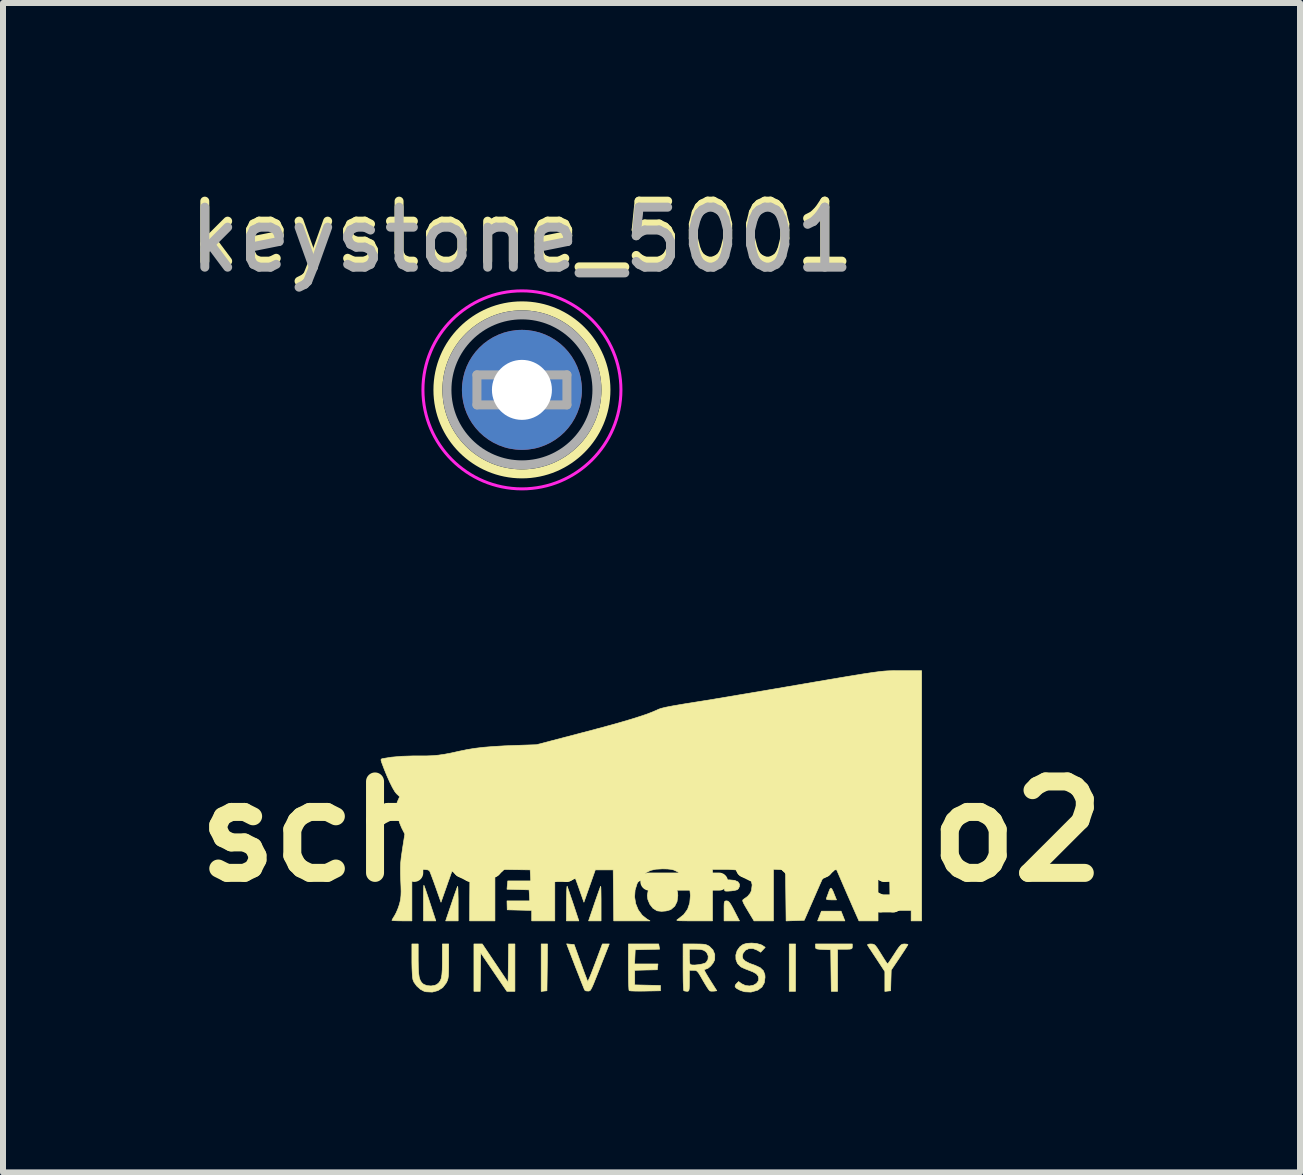
<source format=kicad_pcb>
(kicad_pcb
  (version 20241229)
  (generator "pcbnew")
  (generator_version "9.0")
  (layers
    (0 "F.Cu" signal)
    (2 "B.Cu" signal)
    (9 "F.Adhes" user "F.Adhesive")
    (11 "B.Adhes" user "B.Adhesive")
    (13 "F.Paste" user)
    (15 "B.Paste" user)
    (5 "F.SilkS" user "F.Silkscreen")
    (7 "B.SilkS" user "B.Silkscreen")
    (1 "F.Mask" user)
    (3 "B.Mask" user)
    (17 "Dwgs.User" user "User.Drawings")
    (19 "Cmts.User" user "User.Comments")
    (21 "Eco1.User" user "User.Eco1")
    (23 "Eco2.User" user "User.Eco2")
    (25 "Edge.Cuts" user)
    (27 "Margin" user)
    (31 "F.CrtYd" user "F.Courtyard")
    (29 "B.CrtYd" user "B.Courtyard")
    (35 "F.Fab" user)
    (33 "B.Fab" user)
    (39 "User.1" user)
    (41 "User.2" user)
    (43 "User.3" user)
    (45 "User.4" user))
  (footprint "keystone_5001"
    (layer "F.Cu")
    (at 5.649 3.448)
    (property "Reference" "keystone_5001" (at 0 -2.6 0) (layer "F.SilkS") (effects (font (size 1 1) (thickness 0.15))))
    (attr through_hole)
    (fp_circle (center 0 0) (end 1.4 0) (stroke (width 0.15) (type solid)) (fill no) (layer "F.SilkS"))
    (fp_circle (center 0 0) (end 1.65 0) (stroke (width 0.05) (type solid)) (fill no) (layer "F.CrtYd"))
    (fp_line (start -0.75 -0.25) (end 0.75 -0.25) (stroke (width 0.15) (type solid)) (layer "F.Fab"))
    (fp_line (start -0.75 0.25) (end -0.75 -0.25) (stroke (width 0.15) (type solid)) (layer "F.Fab"))
    (fp_line (start 0.75 -0.25) (end 0.75 0.25) (stroke (width 0.15) (type solid)) (layer "F.Fab"))
    (fp_line (start 0.75 0.25) (end -0.75 0.25) (stroke (width 0.15) (type solid)) (layer "F.Fab"))
    (fp_circle (center 0 0) (end 1.25 0) (stroke (width 0.15) (type solid)) (fill no) (layer "F.Fab"))
    (fp_text user "${REFERENCE}" (at 0 -2.5 0) (layer "F.Fab") (effects (font (size 1 1) (thickness 0.15))))
    (pad "1" thru_hole circle (at 0 0) (size 2 2) (drill 1) (layers "*.Cu" "*.Mask")))
  (footprint "school_logo2"
    (layer "F.Cu")
    (at 7.809 10.809)
    (property "Reference" "school_logo2" (at 0 0 0) (layer "F.SilkS") (effects (font (size 1.524 1.524) (thickness 0.3))))
    (attr through_hole)
    (fp_poly (pts (xy 2.4 2.663) (xy 2.295 2.663) (xy 2.295 1.874) (xy 2.4 1.874) (xy 2.4 2.663)) (stroke (width 0.01) (type solid)) (fill yes) (layer "F.SilkS"))
    (fp_poly (pts (xy -1.738 2.264) (xy -1.743 2.654) (xy -1.791 2.659) (xy -1.839 2.665) (xy -1.839 1.874) (xy -1.734 1.874) (xy -1.738 2.264)) (stroke (width 0.01) (type solid)) (fill yes) (layer "F.SilkS"))
    (fp_poly (pts (xy 3.191 1.408) (xy 3.223 1.489) (xy 2.768 1.489) (xy 2.8 1.408) (xy 2.832 1.327) (xy 3.159 1.327) (xy 3.191 1.408)) (stroke (width 0.01) (type solid)) (fill yes) (layer "F.SilkS"))
    (fp_poly (pts (xy -3.787 0.913) (xy -3.77 0.959) (xy -3.747 1.027) (xy -3.718 1.113) (xy -3.691 1.196) (xy -3.595 1.489) (xy -3.801 1.489) (xy -3.801 1.188) (xy -3.801 1.091) (xy -3.8 1.007) (xy -3.798 0.943) (xy -3.796 0.904) (xy -3.794 0.895) (xy -3.787 0.913)) (stroke (width 0.01) (type solid)) (fill yes) (layer "F.SilkS"))
    (fp_poly (pts (xy -3.229 0.927) (xy -3.226 0.97) (xy -3.225 1.038) (xy -3.223 1.123) (xy -3.223 1.197) (xy -3.223 1.489) (xy -3.431 1.489) (xy -3.335 1.205) (xy -3.304 1.112) (xy -3.275 1.03) (xy -3.252 0.966) (xy -3.237 0.925) (xy -3.232 0.913) (xy -3.229 0.927)) (stroke (width 0.01) (type solid)) (fill yes) (layer "F.SilkS"))
    (fp_poly (pts (xy -1.397 0.936) (xy -1.379 0.988) (xy -1.355 1.06) (xy -1.325 1.148) (xy -1.303 1.213) (xy -1.211 1.489) (xy -1.419 1.489) (xy -1.418 1.187) (xy -1.417 1.091) (xy -1.415 1.01) (xy -1.412 0.95) (xy -1.409 0.916) (xy -1.406 0.911) (xy -1.397 0.936)) (stroke (width 0.01) (type solid)) (fill yes) (layer "F.SilkS"))
    (fp_poly (pts (xy -0.845 0.926) (xy -0.843 0.97) (xy -0.842 1.037) (xy -0.841 1.123) (xy -0.841 1.197) (xy -0.841 1.489) (xy -1.049 1.489) (xy -0.952 1.204) (xy -0.92 1.111) (xy -0.891 1.029) (xy -0.868 0.965) (xy -0.853 0.924) (xy -0.848 0.912) (xy -0.845 0.926)) (stroke (width 0.01) (type solid)) (fill yes) (layer "F.SilkS"))
    (fp_poly (pts (xy -2.606 2.194) (xy -2.391 2.514) (xy -2.386 2.194) (xy -2.382 1.874) (xy -2.277 1.874) (xy -2.277 2.663) (xy -2.411 2.663) (xy -2.629 2.343) (xy -2.847 2.023) (xy -2.851 2.343) (xy -2.856 2.663) (xy -2.96 2.663) (xy -2.96 1.874) (xy -2.821 1.874) (xy -2.606 2.194)) (stroke (width 0.01) (type solid)) (fill yes) (layer "F.SilkS"))
    (fp_poly (pts (xy 1.273 1.16) (xy 1.294 1.177) (xy 1.319 1.211) (xy 1.351 1.267) (xy 1.38 1.323) (xy 1.466 1.489) (xy 1.209 1.489) (xy 1.209 1.323) (xy 1.209 1.245) (xy 1.211 1.197) (xy 1.217 1.17) (xy 1.227 1.159) (xy 1.245 1.156) (xy 1.252 1.156) (xy 1.273 1.16)) (stroke (width 0.01) (type solid)) (fill yes) (layer "F.SilkS"))
    (fp_poly (pts (xy 3.005 0.956) (xy 3.027 0.999) (xy 3.046 1.047) (xy 3.083 1.139) (xy 2.993 1.139) (xy 2.941 1.137) (xy 2.917 1.131) (xy 2.914 1.117) (xy 2.917 1.108) (xy 2.93 1.073) (xy 2.949 1.021) (xy 2.956 1.001) (xy 2.973 0.959) (xy 2.988 0.943) (xy 3.005 0.956)) (stroke (width 0.01) (type solid)) (fill yes) (layer "F.SilkS"))
    (fp_poly (pts (xy 1.385 0.814) (xy 1.44 0.838) (xy 1.466 0.877) (xy 1.465 0.915) (xy 1.448 0.952) (xy 1.428 0.97) (xy 1.387 0.981) (xy 1.333 0.989) (xy 1.279 0.993) (xy 1.238 0.993) (xy 1.222 0.988) (xy 1.214 0.964) (xy 1.209 0.918) (xy 1.209 0.89) (xy 1.209 0.806) (xy 1.303 0.806) (xy 1.385 0.814)) (stroke (width 0.01) (type solid)) (fill yes) (layer "F.SilkS"))
    (fp_poly (pts (xy 3.346 1.918) (xy 3.344 1.941) (xy 3.333 1.954) (xy 3.307 1.96) (xy 3.256 1.962) (xy 3.223 1.962) (xy 3.101 1.962) (xy 3.101 2.663) (xy 2.996 2.663) (xy 2.991 2.317) (xy 2.987 1.971) (xy 2.86 1.966) (xy 2.794 1.962) (xy 2.756 1.957) (xy 2.738 1.947) (xy 2.733 1.929) (xy 2.733 1.917) (xy 2.733 1.874) (xy 3.346 1.874) (xy 3.346 1.918)) (stroke (width 0.01) (type solid)) (fill yes) (layer "F.SilkS"))
    (fp_poly (pts (xy 0.286 0.82) (xy 0.359 0.862) (xy 0.409 0.929) (xy 0.435 1.019) (xy 0.438 1.069) (xy 0.425 1.168) (xy 0.387 1.244) (xy 0.326 1.297) (xy 0.307 1.306) (xy 0.242 1.324) (xy 0.167 1.33) (xy 0.102 1.323) (xy 0.088 1.319) (xy 0.023 1.278) (xy -0.028 1.213) (xy -0.061 1.134) (xy -0.07 1.067) (xy -0.054 0.973) (xy -0.011 0.895) (xy 0.057 0.839) (xy 0.144 0.81) (xy 0.192 0.806) (xy 0.286 0.82)) (stroke (width 0.01) (type solid)) (fill yes) (layer "F.SilkS"))
    (fp_poly (pts (xy 0.127 1.918) (xy 0.135 1.961) (xy -0.068 1.966) (xy -0.272 1.971) (xy -0.277 2.089) (xy -0.282 2.207) (xy 0.107 2.207) (xy 0.102 2.255) (xy 0.096 2.304) (xy -0.092 2.308) (xy -0.28 2.313) (xy -0.28 2.556) (xy -0.066 2.561) (xy 0.149 2.566) (xy 0.149 2.654) (xy -0.106 2.659) (xy -0.197 2.66) (xy -0.276 2.659) (xy -0.335 2.657) (xy -0.369 2.653) (xy -0.373 2.651) (xy -0.377 2.631) (xy -0.38 2.581) (xy -0.383 2.506) (xy -0.384 2.412) (xy -0.385 2.304) (xy -0.385 2.257) (xy -0.385 1.874) (xy 0.119 1.874) (xy 0.127 1.918)) (stroke (width 0.01) (type solid)) (fill yes) (layer "F.SilkS"))
    (fp_poly (pts (xy -1.353 1.878) (xy -1.29 1.883) (xy -1.18 2.188) (xy -1.145 2.284) (xy -1.114 2.369) (xy -1.088 2.437) (xy -1.071 2.482) (xy -1.063 2.499) (xy -1.055 2.486) (xy -1.037 2.444) (xy -1.01 2.38) (xy -0.978 2.297) (xy -0.941 2.201) (xy -0.937 2.19) (xy -0.819 1.874) (xy -0.704 1.874) (xy -0.806 2.133) (xy -0.862 2.277) (xy -0.907 2.391) (xy -0.943 2.48) (xy -0.97 2.547) (xy -0.991 2.594) (xy -1.007 2.625) (xy -1.019 2.644) (xy -1.03 2.654) (xy -1.04 2.657) (xy -1.052 2.659) (xy -1.056 2.659) (xy -1.094 2.656) (xy -1.113 2.644) (xy -1.123 2.623) (xy -1.143 2.573) (xy -1.172 2.501) (xy -1.207 2.41) (xy -1.248 2.307) (xy -1.271 2.248) (xy -1.415 1.872) (xy -1.353 1.878)) (stroke (width 0.01) (type solid)) (fill yes) (layer "F.SilkS"))
    (fp_poly (pts (xy 4.254 1.877) (xy 4.274 1.883) (xy 4.274 1.884) (xy 4.265 1.901) (xy 4.24 1.941) (xy 4.202 2) (xy 4.154 2.072) (xy 4.135 2.101) (xy 3.995 2.309) (xy 3.99 2.482) (xy 3.985 2.654) (xy 3.937 2.659) (xy 3.889 2.665) (xy 3.889 2.333) (xy 3.752 2.125) (xy 3.702 2.049) (xy 3.658 1.982) (xy 3.624 1.931) (xy 3.605 1.9) (xy 3.602 1.896) (xy 3.603 1.881) (xy 3.632 1.875) (xy 3.656 1.874) (xy 3.685 1.876) (xy 3.709 1.883) (xy 3.731 1.901) (xy 3.758 1.935) (xy 3.793 1.99) (xy 3.825 2.041) (xy 3.866 2.107) (xy 3.901 2.161) (xy 3.925 2.196) (xy 3.934 2.207) (xy 3.946 2.193) (xy 3.972 2.156) (xy 4.009 2.1) (xy 4.048 2.041) (xy 4.095 1.968) (xy 4.129 1.921) (xy 4.155 1.893) (xy 4.177 1.879) (xy 4.202 1.875) (xy 4.215 1.874) (xy 4.254 1.877)) (stroke (width 0.01) (type solid)) (fill yes) (layer "F.SilkS"))
    (fp_poly (pts (xy -3.889 2.138) (xy -3.887 2.263) (xy -3.882 2.358) (xy -3.872 2.429) (xy -3.855 2.48) (xy -3.832 2.517) (xy -3.8 2.546) (xy -3.799 2.546) (xy -3.744 2.568) (xy -3.675 2.574) (xy -3.61 2.563) (xy -3.577 2.548) (xy -3.545 2.521) (xy -3.521 2.488) (xy -3.504 2.445) (xy -3.494 2.385) (xy -3.488 2.303) (xy -3.486 2.194) (xy -3.486 2.147) (xy -3.486 1.874) (xy -3.381 1.874) (xy -3.381 2.161) (xy -3.381 2.269) (xy -3.383 2.348) (xy -3.386 2.406) (xy -3.392 2.448) (xy -3.401 2.48) (xy -3.415 2.511) (xy -3.421 2.523) (xy -3.48 2.6) (xy -3.56 2.651) (xy -3.654 2.676) (xy -3.756 2.671) (xy -3.791 2.662) (xy -3.853 2.629) (xy -3.913 2.575) (xy -3.959 2.512) (xy -3.976 2.471) (xy -3.983 2.431) (xy -3.988 2.365) (xy -3.992 2.28) (xy -3.994 2.183) (xy -3.994 2.141) (xy -3.994 1.874) (xy -3.889 1.874) (xy -3.889 2.138)) (stroke (width 0.01) (type solid)) (fill yes) (layer "F.SilkS"))
    (fp_poly (pts (xy 1.75 1.866) (xy 1.821 1.885) (xy 1.847 1.898) (xy 1.895 1.93) (xy 1.818 2.012) (xy 1.763 1.978) (xy 1.692 1.95) (xy 1.623 1.951) (xy 1.565 1.978) (xy 1.525 2.03) (xy 1.524 2.033) (xy 1.513 2.082) (xy 1.525 2.124) (xy 1.564 2.161) (xy 1.633 2.197) (xy 1.73 2.232) (xy 1.812 2.27) (xy 1.864 2.32) (xy 1.889 2.387) (xy 1.892 2.429) (xy 1.879 2.522) (xy 1.84 2.592) (xy 1.773 2.642) (xy 1.764 2.646) (xy 1.658 2.676) (xy 1.552 2.671) (xy 1.478 2.647) (xy 1.42 2.616) (xy 1.393 2.588) (xy 1.396 2.56) (xy 1.415 2.536) (xy 1.451 2.5) (xy 1.503 2.538) (xy 1.566 2.567) (xy 1.633 2.574) (xy 1.697 2.562) (xy 1.749 2.532) (xy 1.781 2.488) (xy 1.787 2.454) (xy 1.777 2.408) (xy 1.745 2.37) (xy 1.685 2.337) (xy 1.625 2.314) (xy 1.563 2.29) (xy 1.509 2.266) (xy 1.485 2.252) (xy 1.433 2.2) (xy 1.407 2.132) (xy 1.405 2.058) (xy 1.427 1.985) (xy 1.472 1.922) (xy 1.526 1.882) (xy 1.588 1.864) (xy 1.668 1.859) (xy 1.75 1.866)) (stroke (width 0.01) (type solid)) (fill yes) (layer "F.SilkS"))
    (fp_poly (pts (xy 0.803 1.875) (xy 0.863 1.878) (xy 0.905 1.885) (xy 0.937 1.898) (xy 0.965 1.914) (xy 1.023 1.973) (xy 1.054 2.048) (xy 1.053 2.131) (xy 1.05 2.143) (xy 1.025 2.193) (xy 0.986 2.242) (xy 0.941 2.279) (xy 0.901 2.295) (xy 0.899 2.295) (xy 0.885 2.297) (xy 0.88 2.306) (xy 0.887 2.326) (xy 0.906 2.362) (xy 0.94 2.419) (xy 0.988 2.496) (xy 1.088 2.654) (xy 1.042 2.66) (xy 0.998 2.661) (xy 0.973 2.657) (xy 0.956 2.639) (xy 0.927 2.597) (xy 0.89 2.537) (xy 0.857 2.481) (xy 0.815 2.407) (xy 0.785 2.359) (xy 0.762 2.331) (xy 0.741 2.317) (xy 0.716 2.313) (xy 0.696 2.313) (xy 0.631 2.312) (xy 0.631 2.487) (xy 0.63 2.567) (xy 0.628 2.618) (xy 0.623 2.646) (xy 0.613 2.659) (xy 0.598 2.663) (xy 0.59 2.663) (xy 0.553 2.658) (xy 0.537 2.651) (xy 0.534 2.631) (xy 0.531 2.581) (xy 0.528 2.506) (xy 0.527 2.412) (xy 0.526 2.304) (xy 0.526 2.257) (xy 0.526 1.962) (xy 0.631 1.962) (xy 0.631 2.082) (xy 0.632 2.144) (xy 0.637 2.192) (xy 0.644 2.215) (xy 0.672 2.224) (xy 0.723 2.225) (xy 0.784 2.219) (xy 0.845 2.208) (xy 0.892 2.193) (xy 0.91 2.182) (xy 0.941 2.132) (xy 0.945 2.075) (xy 0.921 2.02) (xy 0.9 1.998) (xy 0.862 1.976) (xy 0.812 1.965) (xy 0.742 1.962) (xy 0.631 1.962) (xy 0.526 1.962) (xy 0.526 1.874) (xy 0.716 1.874) (xy 0.803 1.875)) (stroke (width 0.01) (type solid)) (fill yes) (layer "F.SilkS"))
    (fp_poly (pts (xy 4.082 -2.68) (xy 4.128 -2.68) (xy 4.167 -2.68) (xy 4.502 -2.68) (xy 4.502 1.489) (xy 4.327 1.489) (xy 4.327 1.314) (xy 3.977 1.314) (xy 3.972 0.977) (xy 3.968 0.639) (xy 3.775 0.639) (xy 3.775 1.489) (xy 3.616 1.489) (xy 3.457 1.489) (xy 3.358 1.266) (xy 3.312 1.16) (xy 3.26 1.042) (xy 3.21 0.927) (xy 3.173 0.841) (xy 3.086 0.639) (xy 3.006 0.634) (xy 2.952 0.634) (xy 2.92 0.646) (xy 2.908 0.66) (xy 2.895 0.685) (xy 2.871 0.737) (xy 2.838 0.811) (xy 2.797 0.903) (xy 2.751 1.008) (xy 2.717 1.086) (xy 2.545 1.48) (xy 2.394 1.485) (xy 2.243 1.49) (xy 2.238 1.065) (xy 2.233 0.639) (xy 2.133 0.634) (xy 2.032 0.629) (xy 2.032 1.489) (xy 1.708 1.489) (xy 1.605 1.318) (xy 1.561 1.244) (xy 1.534 1.194) (xy 1.521 1.162) (xy 1.52 1.143) (xy 1.53 1.132) (xy 1.533 1.13) (xy 1.603 1.08) (xy 1.646 1.028) (xy 1.666 0.982) (xy 1.677 0.889) (xy 1.658 0.803) (xy 1.611 0.729) (xy 1.541 0.674) (xy 1.481 0.65) (xy 1.431 0.642) (xy 1.357 0.636) (xy 1.27 0.631) (xy 1.21 0.631) (xy 1.016 0.631) (xy 1.016 1.489) (xy 0.705 1.489) (xy 0.594 1.489) (xy 0.514 1.488) (xy 0.461 1.487) (xy 0.432 1.483) (xy 0.421 1.478) (xy 0.425 1.471) (xy 0.441 1.46) (xy 0.447 1.456) (xy 0.538 1.384) (xy 0.601 1.296) (xy 0.637 1.19) (xy 0.648 1.065) (xy 0.635 0.936) (xy 0.597 0.83) (xy 0.532 0.744) (xy 0.438 0.674) (xy 0.418 0.663) (xy 0.373 0.642) (xy 0.326 0.63) (xy 0.266 0.624) (xy 0.184 0.622) (xy 0.071 0.628) (xy -0.017 0.648) (xy -0.09 0.686) (xy -0.157 0.745) (xy -0.179 0.77) (xy -0.24 0.866) (xy -0.274 0.975) (xy -0.282 1.089) (xy -0.264 1.202) (xy -0.221 1.306) (xy -0.155 1.396) (xy -0.08 1.456) (xy -0.026 1.489) (xy -0.328 1.489) (xy -0.63 1.489) (xy -0.639 0.639) (xy -0.937 0.639) (xy -1.032 0.909) (xy -1.127 1.178) (xy -1.216 0.926) (xy -1.248 0.837) (xy -1.277 0.759) (xy -1.3 0.698) (xy -1.315 0.66) (xy -1.319 0.652) (xy -1.347 0.639) (xy -1.407 0.632) (xy -1.472 0.631) (xy -1.612 0.631) (xy -1.612 1.489) (xy -1.997 1.489) (xy -1.997 1.315) (xy -2.201 1.31) (xy -2.405 1.305) (xy -2.407 1.231) (xy -2.409 1.156) (xy -2.03 1.156) (xy -2.035 1.064) (xy -2.041 0.972) (xy -2.225 0.967) (xy -2.409 0.962) (xy -2.403 0.893) (xy -2.396 0.823) (xy -2.013 0.823) (xy -2.018 0.731) (xy -2.023 0.639) (xy -2.317 0.635) (xy -2.61 0.63) (xy -2.61 1.489) (xy -3.032 1.489) (xy -3.03 1.064) (xy -3.027 0.639) (xy -3.318 0.639) (xy -3.347 0.718) (xy -3.364 0.768) (xy -3.39 0.839) (xy -3.419 0.923) (xy -3.442 0.988) (xy -3.509 1.178) (xy -3.598 0.926) (xy -3.63 0.837) (xy -3.659 0.759) (xy -3.682 0.698) (xy -3.698 0.66) (xy -3.702 0.652) (xy -3.729 0.639) (xy -3.79 0.632) (xy -3.855 0.631) (xy -3.994 0.631) (xy -3.994 1.489) (xy -4.16 1.489) (xy -4.232 1.488) (xy -4.288 1.486) (xy -4.321 1.482) (xy -4.327 1.48) (xy -4.318 1.461) (xy -4.296 1.424) (xy -4.283 1.404) (xy -4.255 1.352) (xy -4.225 1.281) (xy -4.203 1.216) (xy -4.19 1.165) (xy -4.181 1.117) (xy -4.176 1.065) (xy -4.174 1) (xy -4.176 0.915) (xy -4.18 0.822) (xy -4.184 0.704) (xy -4.184 0.608) (xy -4.181 0.522) (xy -4.172 0.434) (xy -4.157 0.331) (xy -4.152 0.295) (xy -4.112 0.042) (xy -4.165 -0.062) (xy -4.199 -0.145) (xy -4.227 -0.242) (xy -4.24 -0.303) (xy -4.25 -0.374) (xy -4.253 -0.423) (xy -4.248 -0.461) (xy -4.234 -0.499) (xy -4.23 -0.51) (xy -4.198 -0.581) (xy -4.251 -0.631) (xy -4.28 -0.668) (xy -4.318 -0.733) (xy -4.361 -0.819) (xy -4.406 -0.919) (xy -4.451 -1.028) (xy -4.493 -1.139) (xy -4.495 -1.143) (xy -4.508 -1.185) (xy -4.507 -1.206) (xy -4.488 -1.214) (xy -4.479 -1.216) (xy -4.337 -1.239) (xy -4.168 -1.254) (xy -3.983 -1.26) (xy -3.884 -1.26) (xy -3.759 -1.26) (xy -3.652 -1.264) (xy -3.552 -1.273) (xy -3.45 -1.288) (xy -3.334 -1.31) (xy -3.195 -1.341) (xy -3.194 -1.341) (xy -3.073 -1.366) (xy -2.944 -1.387) (xy -2.801 -1.404) (xy -2.639 -1.417) (xy -2.453 -1.428) (xy -2.277 -1.435) (xy -1.918 -1.447) (xy -1.131 -1.653) (xy -0.882 -1.719) (xy -0.664 -1.778) (xy -0.477 -1.831) (xy -0.316 -1.879) (xy -0.181 -1.922) (xy -0.069 -1.96) (xy 0.023 -1.996) (xy 0.097 -2.028) (xy 0.112 -2.036) (xy 0.157 -2.052) (xy 0.234 -2.071) (xy 0.341 -2.092) (xy 0.475 -2.115) (xy 0.558 -2.129) (xy 0.66 -2.145) (xy 0.79 -2.166) (xy 0.942 -2.19) (xy 1.11 -2.218) (xy 1.289 -2.248) (xy 1.471 -2.279) (xy 1.651 -2.309) (xy 1.708 -2.319) (xy 2.021 -2.372) (xy 2.301 -2.42) (xy 2.552 -2.463) (xy 2.773 -2.501) (xy 2.968 -2.534) (xy 3.139 -2.563) (xy 3.288 -2.588) (xy 3.417 -2.609) (xy 3.527 -2.627) (xy 3.621 -2.641) (xy 3.701 -2.653) (xy 3.77 -2.662) (xy 3.828 -2.669) (xy 3.878 -2.674) (xy 3.922 -2.677) (xy 3.963 -2.679) (xy 4.002 -2.68) (xy 4.041 -2.681) (xy 4.082 -2.68)) (stroke (width 0.01) (type solid)) (fill yes) (layer "F.SilkS")))
  (gr_rect
    (start -3 -3)
    (end 18.617 16.49)
    (stroke (width 0.1) (type default))
    (fill no)
    (layer "Edge.Cuts")))
</source>
